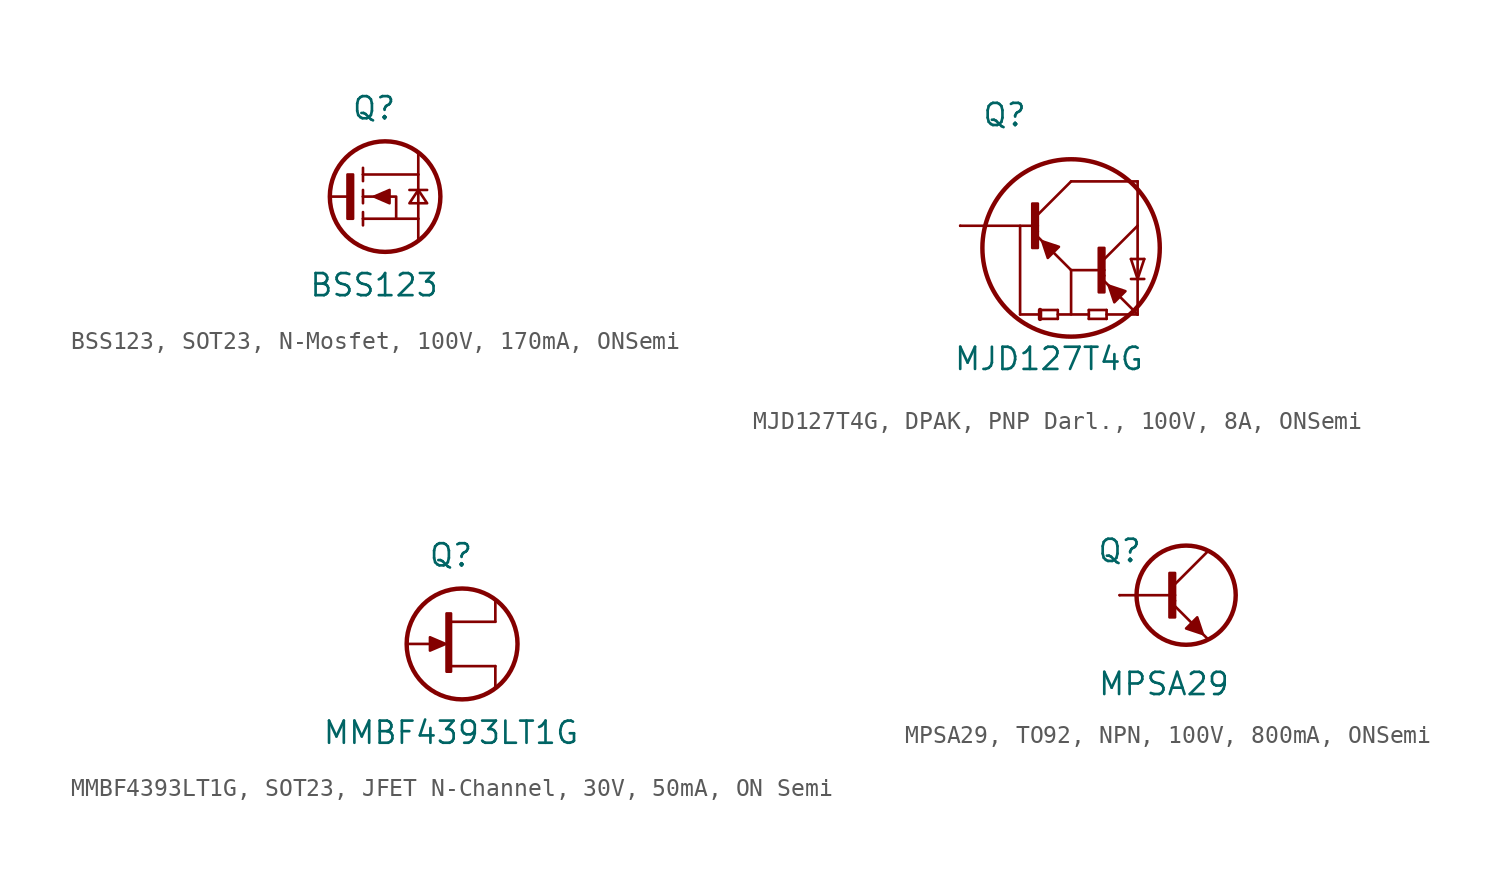
<source format=kicad_sym>
(kicad_symbol_lib
  (version 20241209)
  (generator "kicad_symbol_editor")
  (generator_version "9.0")
  (symbol "BSS123, SOT23, N-Mosfet, 100V, 170mA, ONSemi"
    (pin_numbers
      (hide yes))
    (pin_names
      (offset 1.016)
      (hide yes))
    (property "Reference" "Q"
      (at 0 5.08 0)
      (effects (font (size 1.27 1.27))))
    (property "Value" "BSS123"
      (at 0 -5.08 0)
      (effects (font (size 1.27 1.27))))
    (symbol "BSS123, SOT23, N-Mosfet, 100V, 170mA, ONSemi_0_0"
      (polyline (pts (xy -0.635 1.27) (xy -0.635 1.651)) (stroke (width 0.152) (type solid)) (fill (type none)))
      (polyline (pts (xy -0.635 1.27) (xy -0.635 0.889)) (stroke (width 0.152) (type solid)) (fill (type none)))
      (polyline (pts (xy -0.635 0) (xy -0.635 0.381)) (stroke (width 0.152) (type solid)) (fill (type none)))
      (polyline (pts (xy -0.635 0) (xy -0.635 -0.381)) (stroke (width 0.152) (type solid)) (fill (type none)))
      (polyline (pts (xy -0.635 0) (xy -0.127 0) (xy 0.635 0) (xy 1.27 0) (xy 1.27 -1.27)) (stroke (width 0.152) (type solid)) (fill (type none)))
      (polyline (pts (xy -0.635 -1.27) (xy -0.635 -0.889)) (stroke (width 0.152) (type solid)) (fill (type none)))
      (polyline (pts (xy -0.635 -1.27) (xy -0.635 -1.651)) (stroke (width 0.152) (type solid)) (fill (type none)))
      (polyline (pts (xy 2.032 0.381) (xy 3.048 0.381)) (stroke (width 0.152) (type solid)) (fill (type none)))
      (polyline (pts (xy 2.032 -0.381) (xy 3.048 -0.381) (xy 2.54 0.381) (xy 2.032 -0.381)) (stroke (width 0.152) (type solid)) (fill (type none)))
      (polyline (pts (xy 2.54 1.27) (xy -0.635 1.27)) (stroke (width 0.152) (type solid)) (fill (type none)))
      (polyline (pts (xy 2.54 1.27) (xy 2.54 2.54)) (stroke (width 0.152) (type solid)) (fill (type none)))
      (polyline (pts (xy 2.54 1.27) (xy 2.54 -1.27)) (stroke (width 0.152) (type solid)) (fill (type none)))
      (polyline (pts (xy 2.54 -1.27) (xy -0.635 -1.27)) (stroke (width 0.152) (type solid)) (fill (type none)))
      (polyline (pts (xy 2.54 -2.54) (xy 2.54 -1.27)) (stroke (width 0.152) (type solid)) (fill (type none))))
    (symbol "BSS123, SOT23, N-Mosfet, 100V, 170mA, ONSemi_0_1"
      (polyline (pts (xy -2.54 0) (xy -1.27 0)) (stroke (width 0.152) (type default)) (fill (type none)))
      (rectangle (start -1.524 1.27) (end -1.206 -1.27) (stroke (width 0.152) (type default)) (fill (type outline)))
      (polyline (pts (xy 0 0) (xy 0.889 -0.381) (xy 0.889 0.381) (xy 0 0)) (stroke (width 0.152) (type default)) (fill (type outline))))
    (symbol "BSS123, SOT23, N-Mosfet, 100V, 170mA, ONSemi_1_0"
      (circle (center 0.635 0) (radius 3.175) (stroke (width 0.254) (type solid)) (fill (type none))))
    (symbol "BSS123, SOT23, N-Mosfet, 100V, 170mA, ONSemi_1_1"
      (pin passive line (at -2.54 0 0) (length 0) (name "G" (effects (font (size 1.27 1.27)))) (number "1" (effects (font (size 1.27 1.27)))))
      (pin passive line (at 2.54 2.54 180) (length 0) (name "D" (effects (font (size 1.27 1.27)))) (number "3" (effects (font (size 1.27 1.27)))))
      (pin passive line (at 2.54 -2.54 180) (length 0) (name "S" (effects (font (size 1.27 1.27)))) (number "2" (effects (font (size 1.27 1.27)))))))
  (symbol "MJD127T4G, DPAK, PNP Darl., 100V, 8A, ONSemi"
    (pin_numbers
      (hide yes))
    (pin_names
      (offset 1.016)
      (hide yes))
    (property "Reference" "Q"
      (at -2.54 6.35 0)
      (effects (font (size 1.27 1.27))))
    (property "Value" "MJD127T4G"
      (at 0 -7.62 0)
      (effects (font (size 1.27 1.27))))
    (symbol "MJD127T4G, DPAK, PNP Darl., 100V, 8A, ONSemi_0_1"
      (polyline (pts (xy -5.08 0) (xy -0.635 0)) (stroke (width 0.152) (type default)) (fill (type none)))
      (polyline (pts (xy -1.651 -5.08) (xy -1.651 0)) (stroke (width 0.152) (type default)) (fill (type none)))
      (polyline (pts (xy -1.651 -5.08) (xy -0.508 -5.08)) (stroke (width 0.152) (type default)) (fill (type none)))
      (rectangle (start -0.953 1.27) (end -0.635 -1.27) (stroke (width 0.152) (type default)) (fill (type outline)))
      (rectangle (start -0.635 -0.318) (end -0.635 -0.318) (stroke (width 0.152) (type default)) (fill (type none)))
      (polyline (pts (xy -0.635 -0.635) (xy 1.27 -2.54)) (stroke (width 0.152) (type default)) (fill (type none)))
      (polyline (pts (xy -0.508 -5.334) (xy -0.508 -4.826)) (stroke (width 0.254) (type default)) (fill (type none)))
      (polyline (pts (xy -0.381 -0.889) (xy -0.064 -1.841) (xy 0.572 -1.206) (xy -0.381 -0.889)) (stroke (width 0.152) (type default)) (fill (type outline)))
      (polyline (pts (xy 0.508 -4.826) (xy -0.508 -4.826)) (stroke (width 0.152) (type default)) (fill (type none)))
      (polyline (pts (xy 0.508 -5.08) (xy 2.286 -5.08)) (stroke (width 0.152) (type default)) (fill (type none)))
      (polyline (pts (xy 0.508 -5.334) (xy -0.508 -5.334)) (stroke (width 0.152) (type default)) (fill (type none)))
      (polyline (pts (xy 0.508 -5.334) (xy 0.508 -4.826)) (stroke (width 0.152) (type default)) (fill (type none)))
      (polyline (pts (xy 1.27 2.54) (xy -0.635 0.635)) (stroke (width 0.152) (type default)) (fill (type none)))
      (polyline (pts (xy 1.27 2.54) (xy 5.08 2.54)) (stroke (width 0.152) (type default)) (fill (type none)))
      (polyline (pts (xy 1.27 -2.54) (xy 3.175 -2.54)) (stroke (width 0.152) (type default)) (fill (type none)))
      (polyline (pts (xy 1.27 -5.08) (xy 1.27 -2.54)) (stroke (width 0.152) (type default)) (fill (type none)))
      (polyline (pts (xy 2.286 -5.334) (xy 2.286 -4.826)) (stroke (width 0.152) (type default)) (fill (type none)))
      (rectangle (start 2.857 -1.27) (end 3.175 -3.81) (stroke (width 0.152) (type default)) (fill (type outline)))
      (rectangle (start 3.175 -2.857) (end 3.175 -2.857) (stroke (width 0.152) (type default)) (fill (type none)))
      (polyline (pts (xy 3.175 -3.175) (xy 5.08 -5.08)) (stroke (width 0.152) (type default)) (fill (type none)))
      (polyline (pts (xy 3.302 -4.826) (xy 2.286 -4.826)) (stroke (width 0.152) (type default)) (fill (type none)))
      (polyline (pts (xy 3.302 -5.08) (xy 5.08 -5.08)) (stroke (width 0.152) (type default)) (fill (type none)))
      (polyline (pts (xy 3.302 -5.334) (xy 2.286 -5.334)) (stroke (width 0.152) (type default)) (fill (type none)))
      (polyline (pts (xy 3.302 -5.334) (xy 3.302 -4.826)) (stroke (width 0.152) (type default)) (fill (type none)))
      (polyline (pts (xy 3.429 -3.429) (xy 3.747 -4.381) (xy 4.381 -3.747) (xy 3.429 -3.429)) (stroke (width 0.152) (type default)) (fill (type outline)))
      (polyline (pts (xy 5.08 2.54) (xy 5.08 0)) (stroke (width 0.152) (type default)) (fill (type none)))
      (polyline (pts (xy 5.08 0) (xy 3.175 -1.905)) (stroke (width 0.152) (type default)) (fill (type none)))
      (polyline (pts (xy 5.08 -3.048) (xy 4.699 -1.905)) (stroke (width 0.152) (type default)) (fill (type none)))
      (polyline (pts (xy 5.08 -5.08) (xy 5.08 0)) (stroke (width 0.152) (type default)) (fill (type none)))
      (polyline (pts (xy 5.461 -1.905) (xy 4.699 -1.905)) (stroke (width 0.152) (type default)) (fill (type none)))
      (polyline (pts (xy 5.461 -1.905) (xy 5.08 -3.048)) (stroke (width 0.152) (type default)) (fill (type none)))
      (polyline (pts (xy 5.461 -3.048) (xy 4.699 -3.048)) (stroke (width 0.152) (type default)) (fill (type none))))
    (symbol "MJD127T4G, DPAK, PNP Darl., 100V, 8A, ONSemi_1_0"
      (circle (center 1.27 -1.27) (radius 5.08) (stroke (width 0.254) (type solid)) (fill (type none))))
    (symbol "MJD127T4G, DPAK, PNP Darl., 100V, 8A, ONSemi_1_1"
      (pin passive line (at -5.08 0 0) (length 0) (name "B" (effects (font (size 1.27 1.27)))) (number "1" (effects (font (size 1.27 1.27)))))
      (pin passive line (at 5.08 2.54 180) (length 0) (name "C" (effects (font (size 1.27 1.27)))) (number "4" (effects (font (size 1.27 1.27)))))
      (pin passive line (at 5.08 -5.08 180) (length 0) (name "E" (effects (font (size 1.27 1.27)))) (number "3" (effects (font (size 1.27 1.27)))))))
  (symbol "MMBF4393LT1G, SOT23, JFET N-Channel, 30V, 50mA, ON Semi"
    (pin_numbers
      (hide yes))
    (pin_names
      (offset 1.016)
      (hide yes))
    (property "Reference" "Q"
      (at 0 5.08 0)
      (effects (font (size 1.27 1.27))))
    (property "Value" "MMBF4393LT1G"
      (at 0 -5.08 0)
      (effects (font (size 1.27 1.27))))
    (symbol "MMBF4393LT1G, SOT23, JFET N-Channel, 30V, 50mA, ON Semi_0_0"
      (polyline (pts (xy 2.54 1.27) (xy 0 1.27)) (stroke (width 0.152) (type solid)) (fill (type none)))
      (polyline (pts (xy 2.54 1.27) (xy 2.54 2.54)) (stroke (width 0.152) (type solid)) (fill (type none)))
      (polyline (pts (xy 2.54 -1.27) (xy 0 -1.27)) (stroke (width 0.152) (type solid)) (fill (type none)))
      (polyline (pts (xy 2.54 -2.54) (xy 2.54 -1.27)) (stroke (width 0.152) (type solid)) (fill (type none))))
    (symbol "MMBF4393LT1G, SOT23, JFET N-Channel, 30V, 50mA, ON Semi_0_1"
      (polyline (pts (xy -2.54 0) (xy -1.27 0)) (stroke (width 0.152) (type default)) (fill (type none)))
      (polyline (pts (xy -0.315 0.001) (xy -1.204 -0.38) (xy -1.204 0.382) (xy -0.315 0.001)) (stroke (width 0.152) (type default)) (fill (type outline)))
      (rectangle (start -0.254 1.747) (end 0 -1.588) (stroke (width 0.152) (type default)) (fill (type outline))))
    (symbol "MMBF4393LT1G, SOT23, JFET N-Channel, 30V, 50mA, ON Semi_1_0"
      (circle (center 0.635 0) (radius 3.175) (stroke (width 0.254) (type solid)) (fill (type none))))
    (symbol "MMBF4393LT1G, SOT23, JFET N-Channel, 30V, 50mA, ON Semi_1_1"
      (pin passive line (at -2.54 0 0) (length 0) (name "G" (effects (font (size 1.27 1.27)))) (number "G" (effects (font (size 1.27 1.27)))))
      (pin passive line (at 2.54 2.54 180) (length 0) (name "S" (effects (font (size 1.27 1.27)))) (number "2" (effects (font (size 1.27 1.27)))))
      (pin passive line (at 2.54 -2.54 180) (length 0) (name "D" (effects (font (size 1.27 1.27)))) (number "1" (effects (font (size 1.27 1.27)))))))
  (symbol "MPSA29, TO92, NPN, 100V, 800mA, ONSemi"
    (pin_numbers
      (hide yes))
    (pin_names
      (offset 1.016)
      (hide yes))
    (property "Reference" "Q"
      (at -2.54 2.54 0)
      (effects (font (size 1.27 1.27))))
    (property "Value" "MPSA29"
      (at 0 -5.08 0)
      (effects (font (size 1.27 1.27))))
    (symbol "MPSA29, TO92, NPN, 100V, 800mA, ONSemi_0_1"
      (polyline (pts (xy -2.54 0) (xy 0.635 0)) (stroke (width 0.152) (type default)) (fill (type none)))
      (rectangle (start 0.318 1.27) (end 0.635 -1.27) (stroke (width 0.152) (type default)) (fill (type outline)))
      (rectangle (start 0.635 -0.318) (end 0.635 -0.318) (stroke (width 0.152) (type default)) (fill (type none)))
      (polyline (pts (xy 0.635 -0.635) (xy 2.54 -2.54)) (stroke (width 0.152) (type default)) (fill (type none)))
      (polyline (pts (xy 2.223 -2.223) (xy 1.905 -1.27) (xy 1.27 -1.905) (xy 2.223 -2.223)) (stroke (width 0.152) (type default)) (fill (type outline)))
      (polyline (pts (xy 2.54 2.54) (xy 0.635 0.635)) (stroke (width 0.152) (type default)) (fill (type none))))
    (symbol "MPSA29, TO92, NPN, 100V, 800mA, ONSemi_1_0"
      (circle (center 1.27 0) (radius 2.84) (stroke (width 0.254) (type solid)) (fill (type none))))
    (symbol "MPSA29, TO92, NPN, 100V, 800mA, ONSemi_1_1"
      (pin passive line (at -2.54 0 0) (length 0) (name "B" (effects (font (size 1.27 1.27)))) (number "B" (effects (font (size 1.27 1.27)))))
      (pin passive line (at 2.54 2.54 180) (length 0) (name "C" (effects (font (size 1.27 1.27)))) (number "C" (effects (font (size 1.27 1.27)))))
      (pin passive line (at 2.54 -2.54 180) (length 0) (name "E" (effects (font (size 1.27 1.27)))) (number "E" (effects (font (size 1.27 1.27))))))))
</source>
